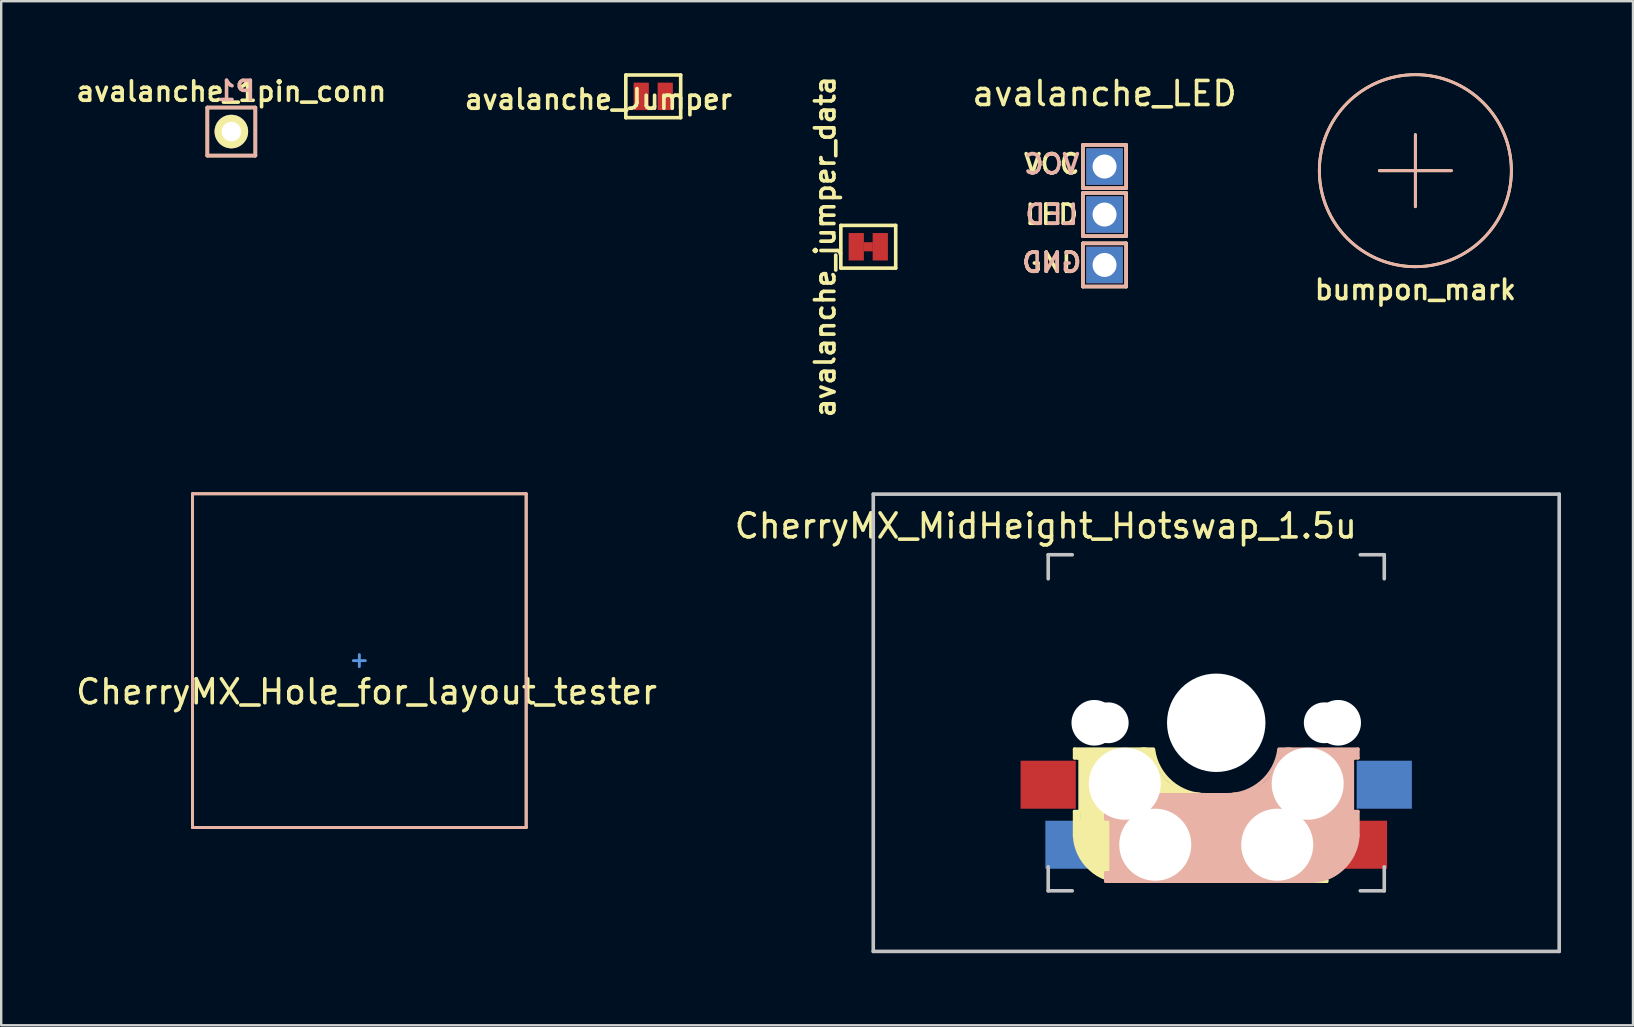
<source format=kicad_pcb>
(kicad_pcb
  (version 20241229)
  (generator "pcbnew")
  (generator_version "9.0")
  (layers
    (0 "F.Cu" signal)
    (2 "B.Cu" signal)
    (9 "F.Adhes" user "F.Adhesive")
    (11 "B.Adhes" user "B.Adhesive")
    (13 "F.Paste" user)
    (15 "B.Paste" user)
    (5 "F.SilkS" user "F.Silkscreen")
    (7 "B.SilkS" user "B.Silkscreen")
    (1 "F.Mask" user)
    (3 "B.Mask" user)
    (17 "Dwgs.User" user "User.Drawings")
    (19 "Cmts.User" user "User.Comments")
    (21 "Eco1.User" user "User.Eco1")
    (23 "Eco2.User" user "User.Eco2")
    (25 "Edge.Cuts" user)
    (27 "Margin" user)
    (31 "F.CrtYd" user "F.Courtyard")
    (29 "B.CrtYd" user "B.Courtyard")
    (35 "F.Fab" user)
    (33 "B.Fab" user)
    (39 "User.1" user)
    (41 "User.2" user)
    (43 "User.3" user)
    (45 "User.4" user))
  (footprint "avalanche_1pin_conn"
    (layer "F.Cu")
    (at 6.588 2.431)
    (property "Reference" "avalanche_1pin_conn" (at 0 -1.672 0) (layer "F.SilkS") (effects (font (size 0.813 0.813) (thickness 0.15))))
    (attr through_hole)
    (fp_line (start -1 -1) (end -1 1) (stroke (width 0.15) (type solid)) (layer "F.SilkS"))
    (fp_line (start -1 1) (end 1 1) (stroke (width 0.15) (type solid)) (layer "F.SilkS"))
    (fp_line (start 1 -1) (end -1 -1) (stroke (width 0.15) (type solid)) (layer "F.SilkS"))
    (fp_line (start 1 1) (end 1 -1) (stroke (width 0.15) (type solid)) (layer "F.SilkS"))
    (fp_line (start -1 -1) (end 1 -1) (stroke (width 0.15) (type solid)) (layer "B.SilkS"))
    (fp_line (start -1 1) (end -1 -1) (stroke (width 0.15) (type solid)) (layer "B.SilkS"))
    (fp_line (start 1 -1) (end 1 1) (stroke (width 0.15) (type solid)) (layer "B.SilkS"))
    (fp_line (start 1 1) (end -1 1) (stroke (width 0.15) (type solid)) (layer "B.SilkS"))
    (fp_text user "P1" (at 0.2 -1.7 0) (layer "B.SilkS") (effects (font (size 0.8 0.8) (thickness 0.15)) (justify mirror)))
    (pad "1" thru_hole circle (at 0 0) (size 1.397 1.397) (drill 0.813) (layers "*.Cu" "*.Mask" "F.SilkS")))
  (footprint "bumpon_mark"
    (layer "F.Cu")
    (at 55.914 4.06)
    (property "Reference" "bumpon_mark" (at 0 4.96 0) (layer "F.SilkS") (effects (font (size 0.813 0.813) (thickness 0.15))))
    (attr through_hole)
    (fp_line (start -1.5 0) (end 0 0) (stroke (width 0.12) (type solid)) (layer "F.SilkS"))
    (fp_line (start 0 0) (end 0 -1.5) (stroke (width 0.12) (type solid)) (layer "F.SilkS"))
    (fp_line (start 0 1.5) (end 0 0) (stroke (width 0.12) (type solid)) (layer "F.SilkS"))
    (fp_line (start 1.5 0) (end 0 0) (stroke (width 0.12) (type solid)) (layer "F.SilkS"))
    (fp_circle (center 0 0) (end 4 0) (stroke (width 0.12) (type solid)) (fill no) (layer "F.SilkS"))
    (fp_line (start -1.5 0) (end 0 0) (stroke (width 0.12) (type solid)) (layer "B.SilkS"))
    (fp_line (start 0 -1.5) (end 0 0) (stroke (width 0.12) (type solid)) (layer "B.SilkS"))
    (fp_line (start 0 0) (end 0 1.5) (stroke (width 0.12) (type solid)) (layer "B.SilkS"))
    (fp_line (start 1.5 0) (end 0 0) (stroke (width 0.12) (type solid)) (layer "B.SilkS"))
    (fp_circle (center 0 0) (end 4 0) (stroke (width 0.12) (type solid)) (fill no) (layer "B.SilkS")))
  (footprint "CherryMX_Hole_for_layout_tester"
    (layer "F.Cu")
    (at 11.92 24.471)
    (property "Reference" "CherryMX_Hole_for_layout_tester" (at 0.3 1.3 0) (layer "F.SilkS") (effects (font (size 1 1) (thickness 0.15))))
    (attr through_hole)
    (fp_line (start -6.95 6.95) (end -6.95 -6.95) (stroke (width 0.12) (type solid)) (layer "F.SilkS"))
    (fp_line (start -6.95 6.95) (end 6.95 6.95) (stroke (width 0.12) (type solid)) (layer "F.SilkS"))
    (fp_line (start 6.95 -6.95) (end -6.95 -6.95) (stroke (width 0.12) (type solid)) (layer "F.SilkS"))
    (fp_line (start 6.95 6.95) (end 6.95 -6.95) (stroke (width 0.12) (type solid)) (layer "F.SilkS"))
    (fp_line (start -6.95 6.95) (end -6.95 -6.95) (stroke (width 0.12) (type solid)) (layer "B.SilkS"))
    (fp_line (start -6.95 6.95) (end 6.95 6.95) (stroke (width 0.12) (type solid)) (layer "B.SilkS"))
    (fp_line (start 6.95 -6.95) (end -6.95 -6.95) (stroke (width 0.12) (type solid)) (layer "B.SilkS"))
    (fp_line (start 6.95 6.95) (end 6.95 -6.95) (stroke (width 0.12) (type solid)) (layer "B.SilkS"))
    (fp_line (start -0.25 0) (end 0.25 0) (stroke (width 0.12) (type solid)) (layer "Cmts.User"))
    (fp_line (start 0 -0.25) (end 0 0.25) (stroke (width 0.12) (type solid)) (layer "Cmts.User")))
  (footprint "avalanche_jumper_data"
    (layer "F.Cu")
    (at 33.122 7.23)
    (property "Reference" "avalanche_jumper_data" (at -1.8 0 270) (layer "F.SilkS") (effects (font (size 0.813 0.813) (thickness 0.152))))
    (attr smd)
    (fp_line (start -1.143 -0.889) (end 1.143 -0.889) (stroke (width 0.15) (type solid)) (layer "F.SilkS"))
    (fp_line (start -1.143 0.889) (end -1.143 -0.889) (stroke (width 0.15) (type solid)) (layer "F.SilkS"))
    (fp_line (start 1.143 -0.889) (end 1.143 0.889) (stroke (width 0.15) (type solid)) (layer "F.SilkS"))
    (fp_line (start 1.143 0.889) (end -1.143 0.889) (stroke (width 0.15) (type solid)) (layer "F.SilkS"))
    (pad "" smd rect (at 0 0 90) (size 0.381 0.381) (layers "F.Cu" "F.Mask" "F.Paste"))
    (pad "1" smd rect (at -0.5 0) (size 0.635 1.143) (layers "F.Cu" "F.Mask" "F.Paste"))
    (pad "2" smd rect (at 0.5 0) (size 0.635 1.143) (layers "F.Cu" "F.Mask" "F.Paste")))
  (footprint "avalanche_Jumper"
    (layer "F.Cu")
    (at 24.164 0.964)
    (property "Reference" "avalanche_Jumper" (at -2.286 0.127 0) (layer "F.SilkS") (effects (font (size 0.813 0.813) (thickness 0.152))))
    (attr smd)
    (fp_line (start -1.143 -0.889) (end 1.143 -0.889) (stroke (width 0.15) (type solid)) (layer "F.SilkS"))
    (fp_line (start -1.143 0.889) (end -1.143 -0.889) (stroke (width 0.15) (type solid)) (layer "F.SilkS"))
    (fp_line (start 1.143 -0.889) (end 1.143 0.889) (stroke (width 0.15) (type solid)) (layer "F.SilkS"))
    (fp_line (start 1.143 0.889) (end -1.143 0.889) (stroke (width 0.15) (type solid)) (layer "F.SilkS"))
    (pad "1" smd rect (at -0.5 0) (size 0.635 1.143) (layers "F.Cu" "F.Mask" "F.Paste"))
    (pad "2" smd rect (at 0.5 0) (size 0.635 1.143) (layers "F.Cu" "F.Mask" "F.Paste")))
  (footprint "avalanche_LED"
    (layer "F.Cu")
    (at 42.965 3.388)
    (property "Reference" "avalanche_LED" (at 0 -2.54 0) (layer "F.SilkS") (effects (font (size 1 1) (thickness 0.15))))
    (attr through_hole)
    (fp_line (start -0.9 -0.4) (end 0.9 -0.4) (stroke (width 0.15) (type solid)) (layer "F.SilkS"))
    (fp_line (start -0.9 1.4) (end -0.9 -0.4) (stroke (width 0.15) (type solid)) (layer "F.SilkS"))
    (fp_line (start -0.9 1.6) (end -0.9 3.4) (stroke (width 0.15) (type solid)) (layer "F.SilkS"))
    (fp_line (start -0.9 1.6) (end 0.9 1.6) (stroke (width 0.15) (type solid)) (layer "F.SilkS"))
    (fp_line (start -0.9 3.7) (end -0.9 5.5) (stroke (width 0.15) (type solid)) (layer "F.SilkS"))
    (fp_line (start -0.9 3.7) (end 0.9 3.7) (stroke (width 0.15) (type solid)) (layer "F.SilkS"))
    (fp_line (start 0.9 -0.4) (end 0.9 1.4) (stroke (width 0.15) (type solid)) (layer "F.SilkS"))
    (fp_line (start 0.9 1.4) (end -0.9 1.4) (stroke (width 0.15) (type solid)) (layer "F.SilkS"))
    (fp_line (start 0.9 1.6) (end 0.9 3.4) (stroke (width 0.15) (type solid)) (layer "F.SilkS"))
    (fp_line (start 0.9 3.4) (end -0.9 3.4) (stroke (width 0.15) (type solid)) (layer "F.SilkS"))
    (fp_line (start 0.9 3.7) (end 0.9 5.5) (stroke (width 0.15) (type solid)) (layer "F.SilkS"))
    (fp_line (start 0.9 5.5) (end -0.9 5.5) (stroke (width 0.15) (type solid)) (layer "F.SilkS"))
    (fp_line (start -0.9 -0.4) (end 0.9 -0.4) (stroke (width 0.15) (type solid)) (layer "B.SilkS"))
    (fp_line (start -0.9 1.4) (end -0.9 -0.4) (stroke (width 0.15) (type solid)) (layer "B.SilkS"))
    (fp_line (start -0.9 1.6) (end 0.9 1.6) (stroke (width 0.15) (type solid)) (layer "B.SilkS"))
    (fp_line (start -0.9 3.4) (end -0.9 1.6) (stroke (width 0.15) (type solid)) (layer "B.SilkS"))
    (fp_line (start -0.9 3.7) (end 0.9 3.7) (stroke (width 0.15) (type solid)) (layer "B.SilkS"))
    (fp_line (start -0.9 5.5) (end -0.9 3.7) (stroke (width 0.15) (type solid)) (layer "B.SilkS"))
    (fp_line (start 0.9 -0.4) (end 0.9 1.4) (stroke (width 0.15) (type solid)) (layer "B.SilkS"))
    (fp_line (start 0.9 1.4) (end -0.9 1.4) (stroke (width 0.15) (type solid)) (layer "B.SilkS"))
    (fp_line (start 0.9 1.6) (end 0.9 3.4) (stroke (width 0.15) (type solid)) (layer "B.SilkS"))
    (fp_line (start 0.9 3.4) (end -0.9 3.4) (stroke (width 0.15) (type solid)) (layer "B.SilkS"))
    (fp_line (start 0.9 3.7) (end 0.9 5.5) (stroke (width 0.15) (type solid)) (layer "B.SilkS"))
    (fp_line (start 0.9 5.5) (end -0.9 5.5) (stroke (width 0.15) (type solid)) (layer "B.SilkS"))
    (fp_text user "LED" (at -2.2 2.5 180) (layer "F.SilkS") (effects (font (size 0.8 0.8) (thickness 0.15))))
    (fp_text user "GND" (at -2.2 4.5 0) (layer "F.SilkS") (effects (font (size 0.8 0.8) (thickness 0.15))))
    (fp_text user "VCC" (at -2.2 0.4 0) (layer "F.SilkS") (effects (font (size 0.8 0.8) (thickness 0.15))))
    (fp_text user "VCC" (at -2.2 0.4 0) (layer "B.SilkS") (effects (font (size 0.8 0.8) (thickness 0.15)) (justify mirror)))
    (fp_text user "LED" (at -2.2 2.5 0) (layer "B.SilkS") (effects (font (size 0.8 0.8) (thickness 0.15)) (justify mirror)))
    (fp_text user "GND" (at -2.2 4.5 0) (layer "B.SilkS") (effects (font (size 0.8 0.8) (thickness 0.15)) (justify mirror)))
    (pad "1" thru_hole rect (at 0 0.5 90) (size 1.524 1.524) (drill 1) (layers "*.Cu" "*.Mask"))
    (pad "2" thru_hole rect (at 0 2.5) (size 1.524 1.524) (drill 1) (layers "*.Cu" "*.Mask"))
    (pad "3" thru_hole rect (at 0 4.6) (size 1.524 1.524) (drill 1) (layers "*.Cu" "*.Mask")))
  (footprint "CherryMX_MidHeight_Hotswap_1.5u"
    (layer "F.Cu")
    (at 47.603 27.061)
    (property "Reference" "CherryMX_MidHeight_Hotswap_1.5u" (at -7.085 -8.2 180) (layer "F.SilkS") (effects (font (size 1 1) (thickness 0.15))))
    (attr through_hole)
    (fp_line (start -5.885 1.1) (end -5.885 1.46) (stroke (width 0.15) (type solid)) (layer "F.SilkS"))
    (fp_line (start -5.885 1.1) (end -2.605 1.1) (stroke (width 0.15) (type solid)) (layer "F.SilkS"))
    (fp_line (start -5.885 3.7) (end -5.685 3.7) (stroke (width 0.15) (type solid)) (layer "F.SilkS"))
    (fp_line (start -5.885 4.7) (end -5.885 3.7) (stroke (width 0.15) (type solid)) (layer "F.SilkS"))
    (fp_line (start -5.785 3.8) (end -5.785 4.7) (stroke (width 0.3) (type solid)) (layer "F.SilkS"))
    (fp_line (start -5.685 1.3) (end -2.985 1.3) (stroke (width 0.5) (type solid)) (layer "F.SilkS"))
    (fp_line (start -5.685 1.46) (end -5.885 1.46) (stroke (width 0.15) (type solid)) (layer "F.SilkS"))
    (fp_line (start -5.655 3.7) (end -5.655 1.46) (stroke (width 0.15) (type solid)) (layer "F.SilkS"))
    (fp_line (start -5.285 1.6) (end -5.285 3.4) (stroke (width 0.8) (type solid)) (layer "F.SilkS"))
    (fp_line (start -4.155 5.1) (end -4.155 2.86) (stroke (width 3) (type solid)) (layer "F.SilkS"))
    (fp_line (start -0.385 3) (end 4.615 3) (stroke (width 0.15) (type solid)) (layer "F.SilkS"))
    (fp_line (start 2.615 4.8) (end -4.085 4.8) (stroke (width 3.5) (type solid)) (layer "F.SilkS"))
    (fp_line (start 3.915 6) (end 3.915 3.5) (stroke (width 1) (type solid)) (layer "F.SilkS"))
    (fp_line (start 4.315 3.3) (end 2.915 3.3) (stroke (width 0.5) (type solid)) (layer "F.SilkS"))
    (fp_line (start 4.395 4) (end 4.395 6.25) (stroke (width 0.15) (type solid)) (layer "F.SilkS"))
    (fp_line (start 4.415 3.9) (end 4.415 3.2) (stroke (width 0.4) (type solid)) (layer "F.SilkS"))
    (fp_line (start 4.415 6.25) (end 4.615 6.25) (stroke (width 0.15) (type solid)) (layer "F.SilkS"))
    (fp_line (start 4.415 6.4) (end 3.015 6.4) (stroke (width 0.4) (type solid)) (layer "F.SilkS"))
    (fp_line (start 4.615 3) (end 4.615 4) (stroke (width 0.15) (type solid)) (layer "F.SilkS"))
    (fp_line (start 4.615 4) (end 4.415 4) (stroke (width 0.15) (type solid)) (layer "F.SilkS"))
    (fp_line (start 4.615 6.25) (end 4.615 6.6) (stroke (width 0.15) (type solid)) (layer "F.SilkS"))
    (fp_line (start 4.615 6.6) (end -3.785 6.6) (stroke (width 0.15) (type solid)) (layer "F.SilkS"))
    (fp_arc (start -3.785 6.600001) (mid -5.228504 6.084925) (end -5.885001 4.7) (stroke (width 0.15) (type solid)) (layer "F.SilkS"))
    (fp_arc (start -0.785 3.4) (mid -2.253709 2.886118) (end -3.001318 1.521471) (stroke (width 1) (type solid)) (layer "F.SilkS"))
    (fp_arc (start -0.385 3) (mid -1.853709 2.486118) (end -2.601318 1.121471) (stroke (width 0.15) (type solid)) (layer "F.SilkS"))
    (fp_line (start -4.585 3) (end -4.585 4) (stroke (width 0.15) (type solid)) (layer "B.SilkS"))
    (fp_line (start -4.585 4) (end -4.385 4) (stroke (width 0.15) (type solid)) (layer "B.SilkS"))
    (fp_line (start -4.585 6.25) (end -4.585 6.6) (stroke (width 0.15) (type solid)) (layer "B.SilkS"))
    (fp_line (start -4.585 6.6) (end 3.815 6.6) (stroke (width 0.15) (type solid)) (layer "B.SilkS"))
    (fp_line (start -4.385 3.9) (end -4.385 3.2) (stroke (width 0.4) (type solid)) (layer "B.SilkS"))
    (fp_line (start -4.385 6.25) (end -4.585 6.25) (stroke (width 0.15) (type solid)) (layer "B.SilkS"))
    (fp_line (start -4.385 6.4) (end -2.985 6.4) (stroke (width 0.4) (type solid)) (layer "B.SilkS"))
    (fp_line (start -4.365 4) (end -4.365 6.25) (stroke (width 0.15) (type solid)) (layer "B.SilkS"))
    (fp_line (start -4.285 3.3) (end -2.885 3.3) (stroke (width 0.5) (type solid)) (layer "B.SilkS"))
    (fp_line (start -3.885 6) (end -3.885 3.5) (stroke (width 1) (type solid)) (layer "B.SilkS"))
    (fp_line (start -2.585 4.8) (end 4.115 4.8) (stroke (width 3.5) (type solid)) (layer "B.SilkS"))
    (fp_line (start 0.415 3) (end -4.585 3) (stroke (width 0.15) (type solid)) (layer "B.SilkS"))
    (fp_line (start 4.185 5.1) (end 4.185 2.86) (stroke (width 3) (type solid)) (layer "B.SilkS"))
    (fp_line (start 5.315 1.6) (end 5.315 3.4) (stroke (width 0.8) (type solid)) (layer "B.SilkS"))
    (fp_line (start 5.685 3.7) (end 5.685 1.46) (stroke (width 0.15) (type solid)) (layer "B.SilkS"))
    (fp_line (start 5.715 1.3) (end 3.015 1.3) (stroke (width 0.5) (type solid)) (layer "B.SilkS"))
    (fp_line (start 5.715 1.46) (end 5.915 1.46) (stroke (width 0.15) (type solid)) (layer "B.SilkS"))
    (fp_line (start 5.815 3.8) (end 5.815 4.7) (stroke (width 0.3) (type solid)) (layer "B.SilkS"))
    (fp_line (start 5.915 1.1) (end 2.635 1.1) (stroke (width 0.15) (type solid)) (layer "B.SilkS"))
    (fp_line (start 5.915 1.1) (end 5.915 1.46) (stroke (width 0.15) (type solid)) (layer "B.SilkS"))
    (fp_line (start 5.915 3.7) (end 5.715 3.7) (stroke (width 0.15) (type solid)) (layer "B.SilkS"))
    (fp_line (start 5.915 4.7) (end 5.915 3.7) (stroke (width 0.15) (type solid)) (layer "B.SilkS"))
    (fp_arc (start 2.631318 1.121471) (mid 1.883709 2.486118) (end 0.415 3) (stroke (width 0.15) (type solid)) (layer "B.SilkS"))
    (fp_arc (start 3.031318 1.521471) (mid 2.283709 2.886118) (end 0.815 3.4) (stroke (width 1) (type solid)) (layer "B.SilkS"))
    (fp_arc (start 5.915 4.699999) (mid 5.258504 6.084924) (end 3.815001 6.6) (stroke (width 0.15) (type solid)) (layer "B.SilkS"))
    (fp_line (start -14.273 -9.525) (end 14.303 -9.525) (stroke (width 0.15) (type solid)) (layer "Dwgs.User"))
    (fp_line (start -14.273 9.525) (end -14.273 -9.525) (stroke (width 0.15) (type solid)) (layer "Dwgs.User"))
    (fp_line (start -6.985 -7) (end -6.985 -6) (stroke (width 0.15) (type solid)) (layer "Dwgs.User"))
    (fp_line (start -6.985 7) (end -6.985 6) (stroke (width 0.15) (type solid)) (layer "Dwgs.User"))
    (fp_line (start -6.985 7) (end -5.985 7) (stroke (width 0.15) (type solid)) (layer "Dwgs.User"))
    (fp_line (start -5.985 -7) (end -6.985 -7) (stroke (width 0.15) (type solid)) (layer "Dwgs.User"))
    (fp_line (start 7.015 -7) (end 6.015 -7) (stroke (width 0.15) (type solid)) (layer "Dwgs.User"))
    (fp_line (start 7.015 -6) (end 7.015 -7) (stroke (width 0.15) (type solid)) (layer "Dwgs.User"))
    (fp_line (start 7.015 6) (end 7.015 7) (stroke (width 0.15) (type solid)) (layer "Dwgs.User"))
    (fp_line (start 7.015 7) (end 6.015 7) (stroke (width 0.15) (type solid)) (layer "Dwgs.User"))
    (fp_line (start 14.303 -9.525) (end 14.303 9.525) (stroke (width 0.15) (type solid)) (layer "Dwgs.User"))
    (fp_line (start 14.303 9.525) (end -14.273 9.525) (stroke (width 0.15) (type solid)) (layer "Dwgs.User"))
    (pad "" np_thru_hole circle (at -5.065 0 180) (size 1.9 1.9) (drill 1.9) (layers "*.Cu" "*.Mask"))
    (pad "" np_thru_hole circle (at -4.485 0 180) (size 1.7 1.7) (drill 1.7) (layers "*.Cu" "*.Mask"))
    (pad "" np_thru_hole circle (at -3.795 2.54) (size 3 3) (drill 3) (layers "*.Cu" "*.Mask"))
    (pad "" np_thru_hole circle (at -2.525 5.08) (size 3 3) (drill 3) (layers "*.Cu" "*.Mask"))
    (pad "" np_thru_hole circle (at 0.015 0 270) (size 4.1 4.1) (drill 4.1) (layers "*.Cu" "*.Mask"))
    (pad "" np_thru_hole circle (at 2.555 5.08) (size 3 3) (drill 3) (layers "*.Cu" "*.Mask"))
    (pad "" np_thru_hole circle (at 3.825 2.54) (size 3 3) (drill 3) (layers "*.Cu" "*.Mask"))
    (pad "" np_thru_hole circle (at 4.515 0 180) (size 1.7 1.7) (drill 1.7) (layers "*.Cu" "*.Mask"))
    (pad "" np_thru_hole circle (at 5.095 0 180) (size 1.9 1.9) (drill 1.9) (layers "*.Cu" "*.Mask"))
    (pad "1" smd rect (at -6.985 2.58) (size 2.3 2) (layers "F.Cu" "F.Mask" "F.Paste"))
    (pad "1" smd rect (at 7.015 2.58) (size 2.3 2) (layers "B.Cu" "B.Mask" "B.Paste"))
    (pad "2" smd rect (at -5.954 5.08) (size 2.3 2) (layers "B.Cu" "B.Mask" "B.Paste"))
    (pad "2" smd rect (at 5.984 5.08) (size 2.3 2) (layers "F.Cu" "F.Mask" "F.Paste")))
  (gr_rect
    (start -3 -3)
    (end 64.98 39.661)
    (stroke (width 0.1) (type default))
    (fill no)
    (layer "Edge.Cuts")))
</source>
